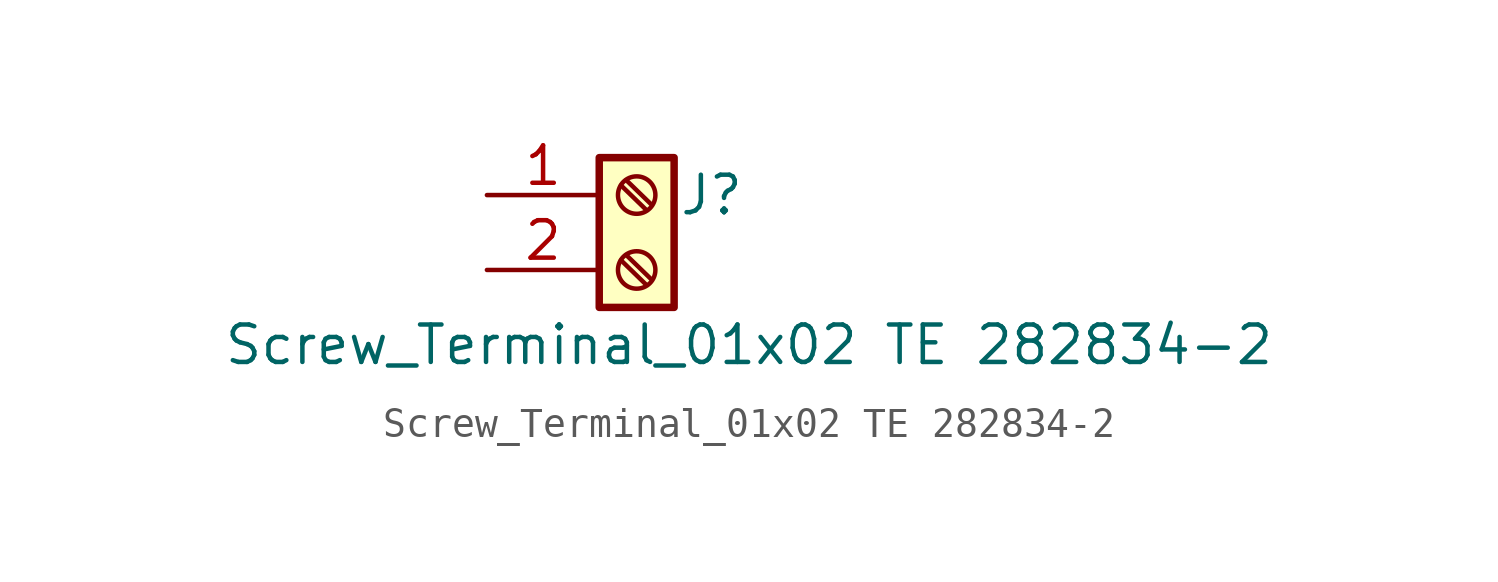
<source format=kicad_sym>
(kicad_symbol_lib
  (version 20220914)
  (generator kicad_symbol_editor)
  (symbol "Screw_Terminal_01x02 TE 282834-2"
    (pin_names
      (offset 1.016) hide)
    (property "Reference" "J"
      (at 2.54 2.54 0)
      (effects (font (size 1.27 1.27))))
    (property "Value" "Screw_Terminal_01x02 TE 282834-2"
      (at 3.81 -2.54 0)
      (effects (font (size 1.27 1.27))))
    (symbol "Screw_Terminal_01x02 TE 282834-2_1_1"
      (rectangle (start -1.27 3.81) (end 1.27 -1.27) (stroke (width 0.254) (type default)) (fill (type background)))
      (polyline (pts (xy -0.533 0.33) (xy 0.33 -0.508)) (stroke (width 0.152) (type default)) (fill (type none)))
      (polyline (pts (xy -0.533 2.87) (xy 0.33 2.032)) (stroke (width 0.152) (type default)) (fill (type none)))
      (polyline (pts (xy -0.356 0.508) (xy 0.508 -0.33)) (stroke (width 0.152) (type default)) (fill (type none)))
      (polyline (pts (xy -0.356 3.048) (xy 0.508 2.21)) (stroke (width 0.152) (type default)) (fill (type none)))
      (circle (center 0 0) (radius 0.635) (stroke (width 0.152) (type default)) (fill (type none)))
      (circle (center 0 2.54) (radius 0.635) (stroke (width 0.152) (type default)) (fill (type none)))
      (pin passive line (at -5.08 2.54 0) (length 3.81) (name "Pin_1" (effects (font (size 1.27 1.27)))) (number "1" (effects (font (size 1.27 1.27)))))
      (pin passive line (at -5.08 0 0) (length 3.81) (name "Pin_2" (effects (font (size 1.27 1.27)))) (number "2" (effects (font (size 1.27 1.27))))))))
</source>
